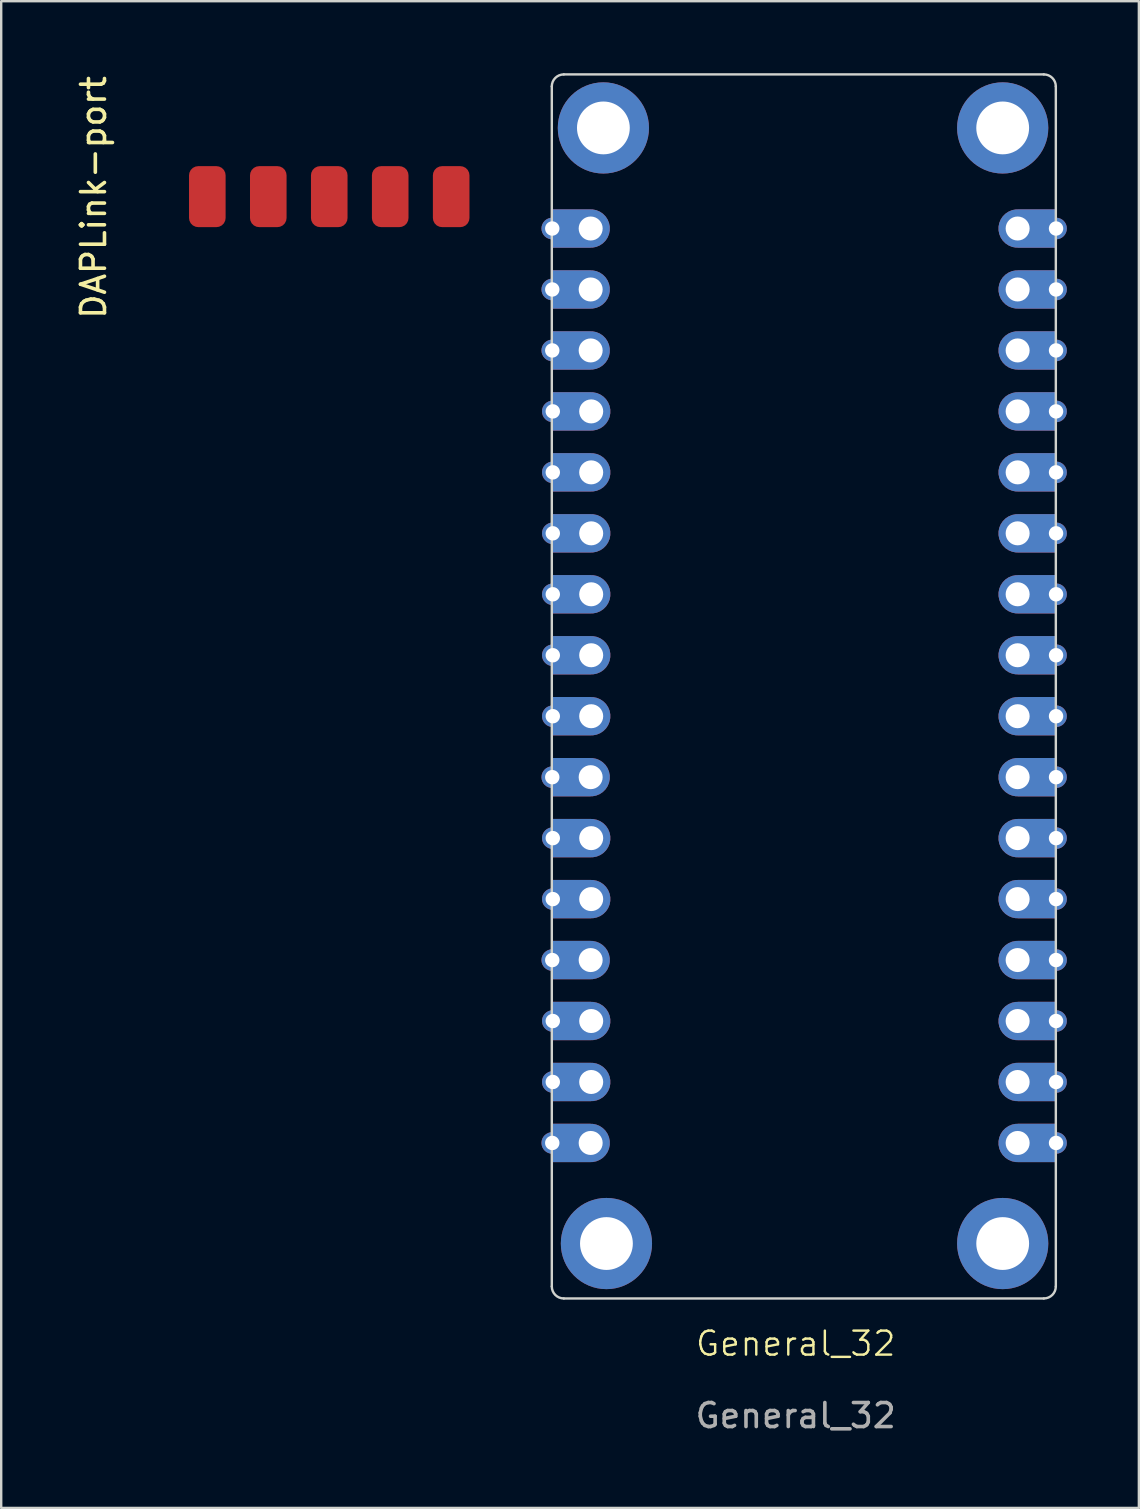
<source format=kicad_pcb>
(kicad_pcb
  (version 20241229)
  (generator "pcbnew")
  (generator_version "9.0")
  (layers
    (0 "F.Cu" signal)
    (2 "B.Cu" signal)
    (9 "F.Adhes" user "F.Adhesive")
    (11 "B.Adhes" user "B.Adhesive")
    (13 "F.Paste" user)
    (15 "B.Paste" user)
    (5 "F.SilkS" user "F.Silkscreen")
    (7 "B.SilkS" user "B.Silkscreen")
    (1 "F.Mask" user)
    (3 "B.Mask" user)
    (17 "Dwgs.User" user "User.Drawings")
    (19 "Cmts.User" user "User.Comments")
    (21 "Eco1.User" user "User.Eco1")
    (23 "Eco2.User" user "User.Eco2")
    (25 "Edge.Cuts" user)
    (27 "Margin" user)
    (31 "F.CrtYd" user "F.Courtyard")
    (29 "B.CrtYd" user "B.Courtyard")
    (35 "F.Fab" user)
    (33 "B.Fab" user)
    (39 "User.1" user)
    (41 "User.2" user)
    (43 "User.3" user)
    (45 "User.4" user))
  (footprint "General_32"
    (layer "F.Cu")
    (at 30.143 44.021)
    (property "Reference" "General_32" (at -0.04 8.91 0) (unlocked yes) (layer "F.SilkS") (effects (font (size 1 1) (thickness 0.1))))
    (attr through_hole)
    (fp_line (start -10.202 -43.471) (end -10.202 6.529) (stroke (width 0.1) (type solid)) (layer "Edge.Cuts"))
    (fp_line (start -9.702 7.029) (end 10.298 7.029) (stroke (width 0.1) (type solid)) (layer "Edge.Cuts"))
    (fp_line (start 10.298 -43.971) (end -9.702 -43.971) (stroke (width 0.1) (type solid)) (layer "Edge.Cuts"))
    (fp_line (start 10.798 6.529) (end 10.798 -43.471) (stroke (width 0.1) (type solid)) (layer "Edge.Cuts"))
    (fp_arc (start -10.202493 -43.470893) (mid -10.056048 -43.824448) (end -9.702493 -43.970893) (stroke (width 0.1) (type solid)) (layer "Edge.Cuts"))
    (fp_arc (start -9.702493 7.029107) (mid -10.056051 6.882665) (end -10.202493 6.529107) (stroke (width 0.1) (type solid)) (layer "Edge.Cuts"))
    (fp_arc (start 10.297507 -43.970893) (mid 10.651058 -43.824442) (end 10.797507 -43.470893) (stroke (width 0.1) (type solid)) (layer "Edge.Cuts"))
    (fp_arc (start 10.797507 6.529107) (mid 10.651058 6.882658) (end 10.297507 7.029107) (stroke (width 0.1) (type solid)) (layer "Edge.Cuts"))
    (fp_text user "${REFERENCE}" (at -0.04 11.91 0) (unlocked yes) (layer "F.Fab") (effects (font (size 1 1) (thickness 0.15))))
    (pad "1" thru_hole oval (at -10.183 -37.55 270) (size 0.9 0.9) (drill 0.6) (layers "*.Cu" "*.Mask"))
    (pad "1" thru_hole custom (at -8.583 -37.55 180) (size 1.6 1.6) (drill 1) (layers "*.Cu" "*.Mask") (options (anchor circle)) (primitives (gr_rect (start 0 -0.8) (end 1.6 0.8) (width 0) (fill yes))))
    (pad "2" thru_hole oval (at -10.183 -35.01 270) (size 0.9 0.9) (drill 0.6) (layers "*.Cu" "*.Mask"))
    (pad "2" thru_hole custom (at -8.583 -35.01 180) (size 1.6 1.6) (drill 1) (layers "*.Cu" "*.Mask") (options (anchor circle)) (primitives (gr_rect (start 0 -0.8) (end 1.6 0.8) (width 0) (fill yes))))
    (pad "3" thru_hole oval (at -10.183 -32.47 270) (size 0.9 0.9) (drill 0.6) (layers "*.Cu" "*.Mask"))
    (pad "3" thru_hole custom (at -8.583 -32.47 180) (size 1.6 1.6) (drill 1) (layers "*.Cu" "*.Mask") (options (anchor circle)) (primitives (gr_rect (start 0 -0.8) (end 1.6 0.8) (width 0) (fill yes))))
    (pad "4" thru_hole oval (at -10.161 -29.93 270) (size 0.9 0.9) (drill 0.6) (layers "*.Cu" "*.Mask"))
    (pad "4" thru_hole custom (at -8.561 -29.93 180) (size 1.6 1.6) (drill 1) (layers "*.Cu" "*.Mask") (options (anchor circle)) (primitives (gr_rect (start 0 -0.8) (end 1.6 0.8) (width 0) (fill yes))))
    (pad "5" thru_hole oval (at -10.161 -27.39 270) (size 0.9 0.9) (drill 0.6) (layers "*.Cu" "*.Mask"))
    (pad "5" thru_hole custom (at -8.561 -27.39 180) (size 1.6 1.6) (drill 1) (layers "*.Cu" "*.Mask") (options (anchor circle)) (primitives (gr_rect (start 0 -0.8) (end 1.6 0.8) (width 0) (fill yes))))
    (pad "6" thru_hole oval (at -10.161 -24.85 270) (size 0.9 0.9) (drill 0.6) (layers "*.Cu" "*.Mask"))
    (pad "6" thru_hole custom (at -8.561 -24.85 180) (size 1.6 1.6) (drill 1) (layers "*.Cu" "*.Mask") (options (anchor circle)) (primitives (gr_rect (start 0 -0.8) (end 1.6 0.8) (width 0) (fill yes))))
    (pad "7" thru_hole oval (at -10.161 -22.31 270) (size 0.9 0.9) (drill 0.6) (layers "*.Cu" "*.Mask"))
    (pad "7" thru_hole custom (at -8.561 -22.31 180) (size 1.6 1.6) (drill 1) (layers "*.Cu" "*.Mask") (options (anchor circle)) (primitives (gr_rect (start 0 -0.8) (end 1.6 0.8) (width 0) (fill yes))))
    (pad "8" thru_hole oval (at -10.161 -19.77 270) (size 0.9 0.9) (drill 0.6) (layers "*.Cu" "*.Mask"))
    (pad "8" thru_hole custom (at -8.561 -19.77 180) (size 1.6 1.6) (drill 1) (layers "*.Cu" "*.Mask") (options (anchor circle)) (primitives (gr_rect (start 0 -0.8) (end 1.6 0.8) (width 0) (fill yes))))
    (pad "9" thru_hole oval (at -10.161 -17.23 270) (size 0.9 0.9) (drill 0.6) (layers "*.Cu" "*.Mask"))
    (pad "9" thru_hole custom (at -8.561 -17.23 180) (size 1.6 1.6) (drill 1) (layers "*.Cu" "*.Mask") (options (anchor circle)) (primitives (gr_rect (start 0 -0.8) (end 1.6 0.8) (width 0) (fill yes))))
    (pad "10" thru_hole oval (at -10.183 -14.69 270) (size 0.9 0.9) (drill 0.6) (layers "*.Cu" "*.Mask"))
    (pad "10" thru_hole custom (at -8.583 -14.69 180) (size 1.6 1.6) (drill 1) (layers "*.Cu" "*.Mask") (options (anchor circle)) (primitives (gr_rect (start 0 -0.8) (end 1.6 0.8) (width 0) (fill yes))))
    (pad "11" thru_hole oval (at -10.161 -12.15 270) (size 0.9 0.9) (drill 0.6) (layers "*.Cu" "*.Mask"))
    (pad "11" thru_hole custom (at -8.561 -12.15 180) (size 1.6 1.6) (drill 1) (layers "*.Cu" "*.Mask") (options (anchor circle)) (primitives (gr_rect (start 0 -0.8) (end 1.6 0.8) (width 0) (fill yes))))
    (pad "12" thru_hole oval (at -10.161 -9.61 270) (size 0.9 0.9) (drill 0.6) (layers "*.Cu" "*.Mask"))
    (pad "12" thru_hole custom (at -8.561 -9.61 180) (size 1.6 1.6) (drill 1) (layers "*.Cu" "*.Mask") (options (anchor circle)) (primitives (gr_rect (start 0 -0.8) (end 1.6 0.8) (width 0) (fill yes))))
    (pad "13" thru_hole oval (at -10.183 -7.07 270) (size 0.9 0.9) (drill 0.6) (layers "*.Cu" "*.Mask"))
    (pad "13" thru_hole custom (at -8.583 -7.07 180) (size 1.6 1.6) (drill 1) (layers "*.Cu" "*.Mask") (options (anchor circle)) (primitives (gr_rect (start 0 -0.8) (end 1.6 0.8) (width 0) (fill yes))))
    (pad "14" thru_hole oval (at -10.161 -4.53 270) (size 0.9 0.9) (drill 0.6) (layers "*.Cu" "*.Mask"))
    (pad "14" thru_hole custom (at -8.561 -4.53 180) (size 1.6 1.6) (drill 1) (layers "*.Cu" "*.Mask") (options (anchor circle)) (primitives (gr_rect (start 0 -0.8) (end 1.6 0.8) (width 0) (fill yes))))
    (pad "15" thru_hole oval (at -10.161 -1.99 270) (size 0.9 0.9) (drill 0.6) (layers "*.Cu" "*.Mask"))
    (pad "15" thru_hole custom (at -8.561 -1.99 180) (size 1.6 1.6) (drill 1) (layers "*.Cu" "*.Mask") (options (anchor circle)) (primitives (gr_rect (start 0 -0.8) (end 1.6 0.8) (width 0) (fill yes))))
    (pad "16" thru_hole oval (at -10.183 0.55 270) (size 0.9 0.9) (drill 0.6) (layers "*.Cu" "*.Mask"))
    (pad "16" thru_hole custom (at -8.583 0.55 180) (size 1.6 1.6) (drill 1) (layers "*.Cu" "*.Mask") (options (anchor circle)) (primitives (gr_rect (start 0 -0.8) (end 1.6 0.8) (width 0) (fill yes))))
    (pad "17" thru_hole custom (at 9.207 0.55) (size 1.6 1.6) (drill 1) (layers "*.Cu" "*.Mask") (options (anchor circle)) (primitives (gr_rect (start 0 -0.8) (end 1.6 0.8) (width 0) (fill yes))))
    (pad "17" thru_hole oval (at 10.807 0.55 90) (size 0.9 0.9) (drill 0.6) (layers "*.Cu" "*.Mask"))
    (pad "18" thru_hole custom (at 9.207 -1.99) (size 1.6 1.6) (drill 1) (layers "*.Cu" "*.Mask") (options (anchor circle)) (primitives (gr_rect (start 0 -0.8) (end 1.6 0.8) (width 0) (fill yes))))
    (pad "18" thru_hole oval (at 10.807 -1.99 90) (size 0.9 0.9) (drill 0.6) (layers "*.Cu" "*.Mask"))
    (pad "19" thru_hole custom (at 9.207 -4.53) (size 1.6 1.6) (drill 1) (layers "*.Cu" "*.Mask") (options (anchor circle)) (primitives (gr_rect (start 0 -0.8) (end 1.6 0.8) (width 0) (fill yes))))
    (pad "19" thru_hole oval (at 10.807 -4.53 90) (size 0.9 0.9) (drill 0.6) (layers "*.Cu" "*.Mask"))
    (pad "20" thru_hole custom (at 9.207 -7.07) (size 1.6 1.6) (drill 1) (layers "*.Cu" "*.Mask") (options (anchor circle)) (primitives (gr_rect (start 0 -0.8) (end 1.6 0.8) (width 0) (fill yes))))
    (pad "20" thru_hole oval (at 10.807 -7.07 90) (size 0.9 0.9) (drill 0.6) (layers "*.Cu" "*.Mask"))
    (pad "21" thru_hole custom (at 9.207 -9.61) (size 1.6 1.6) (drill 1) (layers "*.Cu" "*.Mask") (options (anchor circle)) (primitives (gr_rect (start 0 -0.8) (end 1.6 0.8) (width 0) (fill yes))))
    (pad "21" thru_hole oval (at 10.807 -9.61 90) (size 0.9 0.9) (drill 0.6) (layers "*.Cu" "*.Mask"))
    (pad "22" thru_hole custom (at 9.207 -12.15) (size 1.6 1.6) (drill 1) (layers "*.Cu" "*.Mask") (options (anchor circle)) (primitives (gr_rect (start 0 -0.8) (end 1.6 0.8) (width 0) (fill yes))))
    (pad "22" thru_hole oval (at 10.807 -12.15 90) (size 0.9 0.9) (drill 0.6) (layers "*.Cu" "*.Mask"))
    (pad "23" thru_hole custom (at 9.207 -14.69) (size 1.6 1.6) (drill 1) (layers "*.Cu" "*.Mask") (options (anchor circle)) (primitives (gr_rect (start 0 -0.8) (end 1.6 0.8) (width 0) (fill yes))))
    (pad "23" thru_hole oval (at 10.807 -14.69 90) (size 0.9 0.9) (drill 0.6) (layers "*.Cu" "*.Mask"))
    (pad "24" thru_hole custom (at 9.207 -17.23) (size 1.6 1.6) (drill 1) (layers "*.Cu" "*.Mask") (options (anchor circle)) (primitives (gr_rect (start 0 -0.8) (end 1.6 0.8) (width 0) (fill yes))))
    (pad "24" thru_hole oval (at 10.807 -17.23 90) (size 0.9 0.9) (drill 0.6) (layers "*.Cu" "*.Mask"))
    (pad "25" thru_hole custom (at 9.207 -19.77) (size 1.6 1.6) (drill 1) (layers "*.Cu" "*.Mask") (options (anchor circle)) (primitives (gr_rect (start 0 -0.8) (end 1.6 0.8) (width 0) (fill yes))))
    (pad "25" thru_hole oval (at 10.807 -19.77 90) (size 0.9 0.9) (drill 0.6) (layers "*.Cu" "*.Mask"))
    (pad "26" thru_hole custom (at 9.207 -22.31) (size 1.6 1.6) (drill 1) (layers "*.Cu" "*.Mask") (options (anchor circle)) (primitives (gr_rect (start 0 -0.8) (end 1.6 0.8) (width 0) (fill yes))))
    (pad "26" thru_hole oval (at 10.807 -22.31 90) (size 0.9 0.9) (drill 0.6) (layers "*.Cu" "*.Mask"))
    (pad "27" thru_hole custom (at 9.207 -24.85) (size 1.6 1.6) (drill 1) (layers "*.Cu" "*.Mask") (options (anchor circle)) (primitives (gr_rect (start 0 -0.8) (end 1.6 0.8) (width 0) (fill yes))))
    (pad "27" thru_hole oval (at 10.807 -24.85 90) (size 0.9 0.9) (drill 0.6) (layers "*.Cu" "*.Mask"))
    (pad "28" thru_hole custom (at 9.207 -27.39) (size 1.6 1.6) (drill 1) (layers "*.Cu" "*.Mask") (options (anchor circle)) (primitives (gr_rect (start 0 -0.8) (end 1.6 0.8) (width 0) (fill yes))))
    (pad "28" thru_hole oval (at 10.807 -27.39 90) (size 0.9 0.9) (drill 0.6) (layers "*.Cu" "*.Mask"))
    (pad "29" thru_hole custom (at 9.207 -29.93) (size 1.6 1.6) (drill 1) (layers "*.Cu" "*.Mask") (options (anchor circle)) (primitives (gr_rect (start 0 -0.8) (end 1.6 0.8) (width 0) (fill yes))))
    (pad "29" thru_hole oval (at 10.807 -29.93 90) (size 0.9 0.9) (drill 0.6) (layers "*.Cu" "*.Mask"))
    (pad "30" thru_hole custom (at 9.207 -32.47) (size 1.6 1.6) (drill 1) (layers "*.Cu" "*.Mask") (options (anchor circle)) (primitives (gr_rect (start 0 -0.8) (end 1.6 0.8) (width 0) (fill yes))))
    (pad "30" thru_hole oval (at 10.807 -32.47 90) (size 0.9 0.9) (drill 0.6) (layers "*.Cu" "*.Mask"))
    (pad "31" thru_hole custom (at 9.207 -35.01) (size 1.6 1.6) (drill 1) (layers "*.Cu" "*.Mask") (options (anchor circle)) (primitives (gr_rect (start 0 -0.8) (end 1.6 0.8) (width 0) (fill yes))))
    (pad "31" thru_hole oval (at 10.807 -35.01 90) (size 0.9 0.9) (drill 0.6) (layers "*.Cu" "*.Mask"))
    (pad "32" thru_hole custom (at 9.207 -37.55) (size 1.6 1.6) (drill 1) (layers "*.Cu" "*.Mask") (options (anchor circle)) (primitives (gr_rect (start 0 -0.8) (end 1.6 0.8) (width 0) (fill yes))))
    (pad "32" thru_hole oval (at 10.807 -37.55 90) (size 0.9 0.9) (drill 0.6) (layers "*.Cu" "*.Mask"))
    (pad "SH" thru_hole circle (at -8.053 -41.741) (size 3.8 3.8) (drill 2.2) (layers "*.Cu" "*.Mask"))
    (pad "SH" thru_hole circle (at -7.926 4.741) (size 3.8 3.8) (drill 2.2) (layers "*.Cu" "*.Mask"))
    (pad "SH" thru_hole circle (at 8.584 -41.741) (size 3.8 3.8) (drill 2.2) (layers "*.Cu" "*.Mask"))
    (pad "SH" thru_hole circle (at 8.584 4.741) (size 3.8 3.8) (drill 2.2) (layers "*.Cu" "*.Mask")))
  (footprint "DAPLink-port"
    (layer "F.Cu")
    (at 5.588 5.143)
    (property "Reference" "DAPLink-port" (at -4.74 0.03 90) (layer "F.SilkS") (effects (font (size 1 1) (thickness 0.15))))
    (attr smd exclude_from_bom allow_missing_courtyard)
    (pad "1" smd roundrect (at 0 0) (size 1.524 2.54) (layers "F.Cu" "F.Mask") (roundrect_rratio 0.25))
    (pad "2" smd roundrect (at 2.54 0) (size 1.524 2.54) (layers "F.Cu" "F.Mask") (roundrect_rratio 0.25))
    (pad "3" smd roundrect (at 5.08 0) (size 1.524 2.54) (layers "F.Cu" "F.Mask") (roundrect_rratio 0.25))
    (pad "4" smd roundrect (at 7.62 0) (size 1.524 2.54) (layers "F.Cu" "F.Mask") (roundrect_rratio 0.25))
    (pad "5" smd roundrect (at 10.16 0) (size 1.524 2.54) (layers "F.Cu" "F.Mask") (roundrect_rratio 0.25)))
  (gr_rect
    (start -3 -3)
    (end 44.401 59.779)
    (stroke (width 0.1) (type default))
    (fill no)
    (layer "Edge.Cuts")))
</source>
